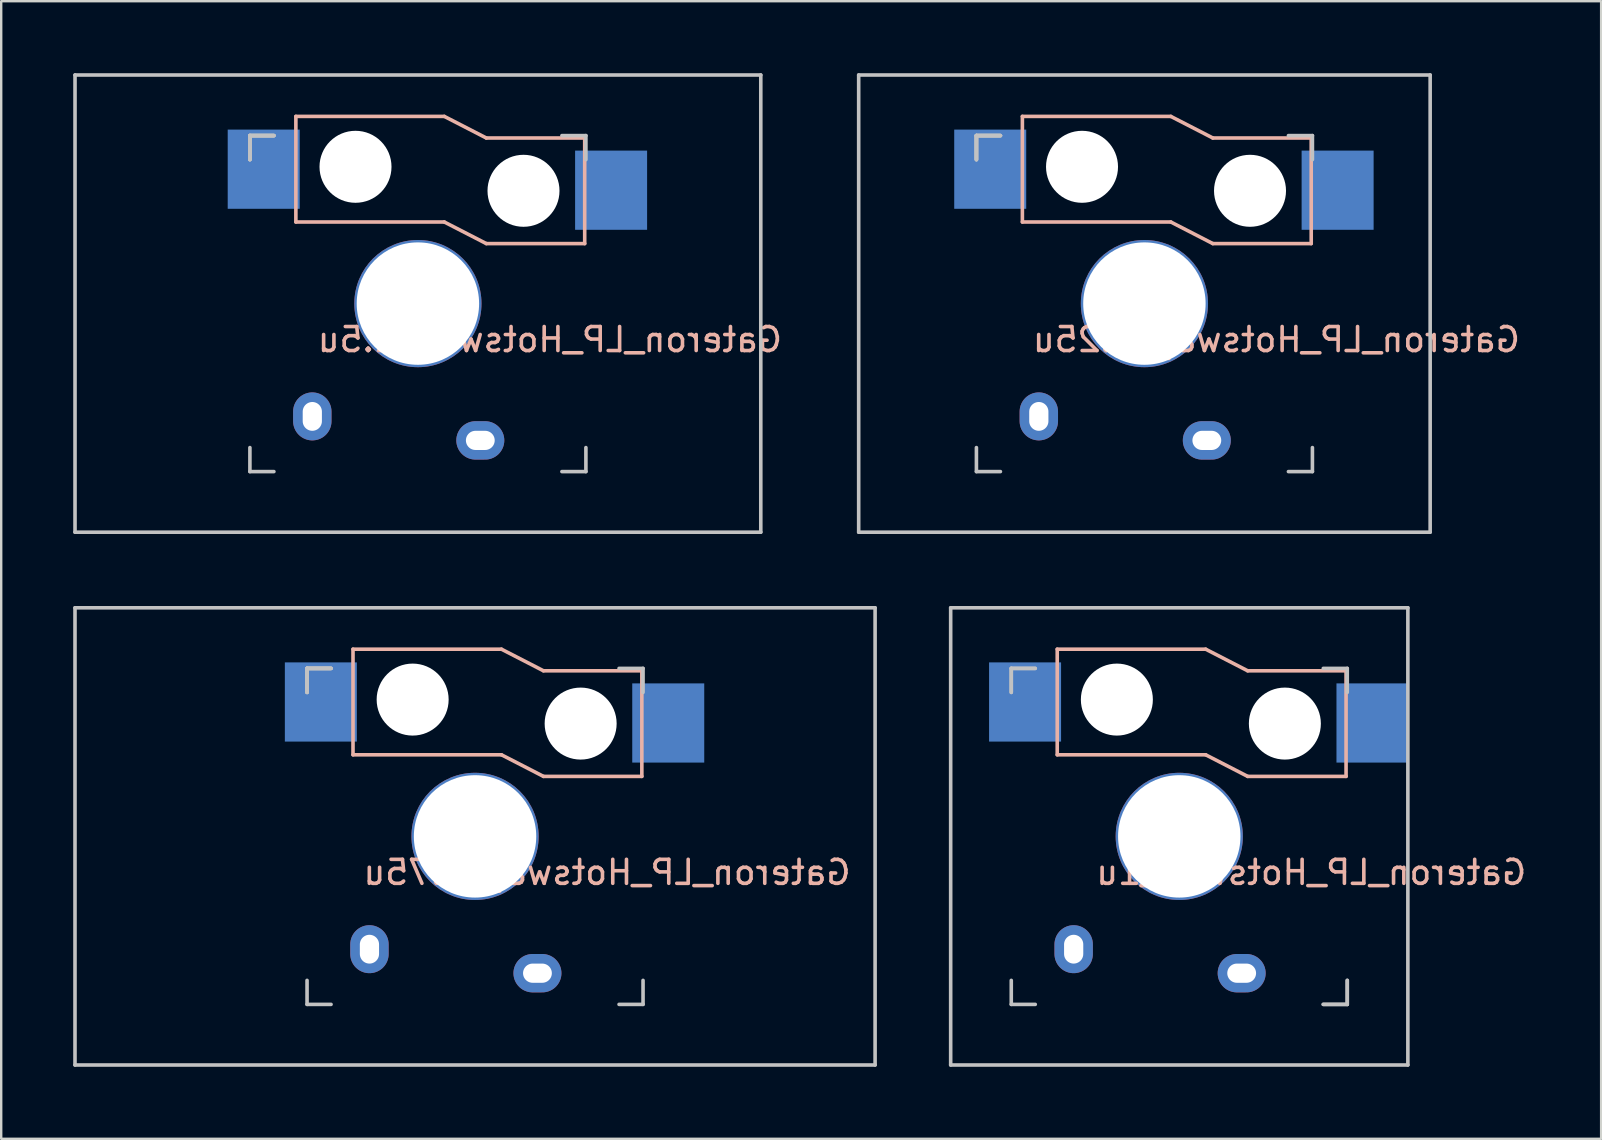
<source format=kicad_pcb>
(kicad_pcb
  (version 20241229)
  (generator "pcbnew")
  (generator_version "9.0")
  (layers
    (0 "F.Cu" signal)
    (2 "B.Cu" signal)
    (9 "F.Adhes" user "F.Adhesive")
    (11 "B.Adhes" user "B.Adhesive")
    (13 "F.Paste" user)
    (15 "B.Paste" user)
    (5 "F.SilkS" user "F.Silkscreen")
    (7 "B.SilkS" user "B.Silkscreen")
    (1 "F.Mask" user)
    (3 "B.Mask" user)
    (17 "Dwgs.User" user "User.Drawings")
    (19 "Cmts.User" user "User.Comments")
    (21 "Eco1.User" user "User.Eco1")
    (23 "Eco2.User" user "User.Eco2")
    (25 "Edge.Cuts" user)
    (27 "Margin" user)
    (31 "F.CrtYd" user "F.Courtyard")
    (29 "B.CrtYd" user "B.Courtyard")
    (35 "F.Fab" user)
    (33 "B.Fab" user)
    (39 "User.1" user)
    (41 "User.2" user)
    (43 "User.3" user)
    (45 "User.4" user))
  (footprint "Gateron_LP_Hotswap_1.5u"
    (layer "F.Cu")
    (at 14.363 9.6)
    (property "Reference" "Gateron_LP_Hotswap_1.5u" (at 5.5 1.5 0) (layer "B.SilkS") (effects (font (size 1 1) (thickness 0.15)) (justify mirror)))
    (attr through_hole)
    (fp_line (start -5.085 -7.8) (end -5.085 -3.4) (stroke (width 0.15) (type default)) (layer "B.SilkS"))
    (fp_line (start -5.085 -7.8) (end 1.1 -7.8) (stroke (width 0.15) (type default)) (layer "B.SilkS"))
    (fp_line (start -5.085 -3.4) (end 1.1 -3.4) (stroke (width 0.15) (type default)) (layer "B.SilkS"))
    (fp_line (start 2.85 -6.9) (end 1.1 -7.8) (stroke (width 0.15) (type default)) (layer "B.SilkS"))
    (fp_line (start 2.85 -6.9) (end 6.95 -6.9) (stroke (width 0.15) (type default)) (layer "B.SilkS"))
    (fp_line (start 2.85 -2.5) (end 1.1 -3.4) (stroke (width 0.15) (type default)) (layer "B.SilkS"))
    (fp_line (start 2.85 -2.5) (end 6.95 -2.5) (stroke (width 0.15) (type default)) (layer "B.SilkS"))
    (fp_line (start 6.95 -6.9) (end 6.95 -2.5) (stroke (width 0.15) (type default)) (layer "B.SilkS"))
    (fp_line (start -14.287 -9.525) (end 14.287 -9.525) (stroke (width 0.15) (type solid)) (layer "Dwgs.User"))
    (fp_line (start -14.287 9.525) (end -14.287 -9.525) (stroke (width 0.15) (type solid)) (layer "Dwgs.User"))
    (fp_line (start -7 -7) (end -7 -6) (stroke (width 0.15) (type solid)) (layer "Dwgs.User"))
    (fp_line (start -7 -7) (end -7 -6) (stroke (width 0.15) (type solid)) (layer "Dwgs.User"))
    (fp_line (start -7 -7) (end -7 -6) (stroke (width 0.15) (type solid)) (layer "Dwgs.User"))
    (fp_line (start -7 -7) (end -6 -7) (stroke (width 0.15) (type solid)) (layer "Dwgs.User"))
    (fp_line (start -7 -6) (end -7 -7) (stroke (width 0.15) (type solid)) (layer "Dwgs.User"))
    (fp_line (start -7 6) (end -7 7) (stroke (width 0.15) (type solid)) (layer "Dwgs.User"))
    (fp_line (start -7 7) (end -6 7) (stroke (width 0.15) (type solid)) (layer "Dwgs.User"))
    (fp_line (start -6 -7) (end -7 -7) (stroke (width 0.15) (type solid)) (layer "Dwgs.User"))
    (fp_line (start -6 -7) (end -7 -7) (stroke (width 0.15) (type solid)) (layer "Dwgs.User"))
    (fp_line (start -6 -7) (end -7 -7) (stroke (width 0.15) (type solid)) (layer "Dwgs.User"))
    (fp_line (start 7 -7) (end 6 -7) (stroke (width 0.15) (type solid)) (layer "Dwgs.User"))
    (fp_line (start 7 -6) (end 7 -7) (stroke (width 0.15) (type solid)) (layer "Dwgs.User"))
    (fp_line (start 7 6) (end 7 7) (stroke (width 0.15) (type solid)) (layer "Dwgs.User"))
    (fp_line (start 7 7) (end 6 7) (stroke (width 0.15) (type solid)) (layer "Dwgs.User"))
    (fp_line (start 14.287 -9.525) (end 14.287 9.525) (stroke (width 0.15) (type solid)) (layer "Dwgs.User"))
    (fp_line (start 14.287 9.525) (end -14.287 9.525) (stroke (width 0.15) (type solid)) (layer "Dwgs.User"))
    (pad "" np_thru_hole circle (at -2.6 -5.7) (size 3 3) (drill 3) (layers "*.Cu" "*.Mask"))
    (pad "" np_thru_hole circle (at 0 0 90) (size 5.3 5.3) (drill 5.1) (layers "*.Cu" "*.Mask"))
    (pad "" np_thru_hole circle (at 4.4 -4.7) (size 3 3) (drill 3) (layers "*.Cu" "*.Mask"))
    (pad "1" smd rect (at -6.425 -5.6 180) (size 3 3.3) (layers "B.Cu" "B.Mask" "B.Paste"))
    (pad "1" thru_hole oval (at 2.6 5.7) (size 2 1.6) (drill oval 1.2 0.8) (layers "*.Cu" "*.Mask"))
    (pad "2" thru_hole oval (at -4.4 4.7 90) (size 2 1.6) (drill oval 1.2 0.8) (layers "*.Cu" "*.Mask"))
    (pad "2" smd rect (at 8.05 -4.725 180) (size 3 3.3) (layers "B.Cu" "B.Mask" "B.Paste")))
  (footprint "Gateron_LP_Hotswap_1u"
    (layer "F.Cu")
    (at 46.087 31.8)
    (property "Reference" "Gateron_LP_Hotswap_1u" (at 5.5 1.5 0) (layer "B.SilkS") (effects (font (size 1 1) (thickness 0.15)) (justify mirror)))
    (attr through_hole)
    (fp_line (start -5.085 -7.8) (end -5.085 -3.4) (stroke (width 0.15) (type default)) (layer "B.SilkS"))
    (fp_line (start -5.085 -7.8) (end 1.1 -7.8) (stroke (width 0.15) (type default)) (layer "B.SilkS"))
    (fp_line (start -5.085 -3.4) (end 1.1 -3.4) (stroke (width 0.15) (type default)) (layer "B.SilkS"))
    (fp_line (start 2.85 -6.9) (end 1.1 -7.8) (stroke (width 0.15) (type default)) (layer "B.SilkS"))
    (fp_line (start 2.85 -6.9) (end 6.95 -6.9) (stroke (width 0.15) (type default)) (layer "B.SilkS"))
    (fp_line (start 2.85 -2.5) (end 1.1 -3.4) (stroke (width 0.15) (type default)) (layer "B.SilkS"))
    (fp_line (start 2.85 -2.5) (end 6.95 -2.5) (stroke (width 0.15) (type default)) (layer "B.SilkS"))
    (fp_line (start 6.95 -6.9) (end 6.95 -2.5) (stroke (width 0.15) (type default)) (layer "B.SilkS"))
    (fp_line (start -9.525 -9.525) (end 9.525 -9.525) (stroke (width 0.15) (type solid)) (layer "Dwgs.User"))
    (fp_line (start -9.525 9.525) (end -9.525 -9.525) (stroke (width 0.15) (type solid)) (layer "Dwgs.User"))
    (fp_line (start -7 -7) (end -7 -6) (stroke (width 0.15) (type solid)) (layer "Dwgs.User"))
    (fp_line (start -7 -7) (end -6 -7) (stroke (width 0.15) (type solid)) (layer "Dwgs.User"))
    (fp_line (start -7 -6) (end -7 -7) (stroke (width 0.15) (type solid)) (layer "Dwgs.User"))
    (fp_line (start -7 6) (end -7 7) (stroke (width 0.15) (type solid)) (layer "Dwgs.User"))
    (fp_line (start -7 7) (end -6 7) (stroke (width 0.15) (type solid)) (layer "Dwgs.User"))
    (fp_line (start -6 -7) (end -7 -7) (stroke (width 0.15) (type solid)) (layer "Dwgs.User"))
    (fp_line (start 6 7) (end 7 7) (stroke (width 0.15) (type solid)) (layer "Dwgs.User"))
    (fp_line (start 7 -7) (end 6 -7) (stroke (width 0.15) (type solid)) (layer "Dwgs.User"))
    (fp_line (start 7 -6) (end 7 -7) (stroke (width 0.15) (type solid)) (layer "Dwgs.User"))
    (fp_line (start 7 6) (end 7 7) (stroke (width 0.15) (type solid)) (layer "Dwgs.User"))
    (fp_line (start 7 7) (end 6 7) (stroke (width 0.15) (type solid)) (layer "Dwgs.User"))
    (fp_line (start 7 7) (end 7 6) (stroke (width 0.15) (type solid)) (layer "Dwgs.User"))
    (fp_line (start 9.525 -9.525) (end 9.525 9.525) (stroke (width 0.15) (type solid)) (layer "Dwgs.User"))
    (fp_line (start 9.525 9.525) (end -9.525 9.525) (stroke (width 0.15) (type solid)) (layer "Dwgs.User"))
    (pad "" np_thru_hole circle (at -2.6 -5.7) (size 3 3) (drill 3) (layers "*.Cu" "*.Mask"))
    (pad "" np_thru_hole circle (at 0 0 270) (size 5.3 5.3) (drill 5.1) (layers "*.Cu" "*.Mask"))
    (pad "" np_thru_hole circle (at 4.4 -4.7) (size 3 3) (drill 3) (layers "*.Cu" "*.Mask"))
    (pad "1" smd rect (at -6.425 -5.6 180) (size 3 3.3) (layers "B.Cu" "B.Mask" "B.Paste"))
    (pad "1" thru_hole oval (at 2.6 5.7) (size 2 1.6) (drill oval 1.2 0.8) (layers "*.Cu" "*.Mask"))
    (pad "2" thru_hole oval (at -4.4 4.7 90) (size 2 1.6) (drill oval 1.2 0.8) (layers "*.Cu" "*.Mask"))
    (pad "2" smd rect (at 8.05 -4.725 180) (size 3 3.3) (layers "B.Cu" "B.Mask" "B.Paste")))
  (footprint "Gateron_LP_Hotswap_1.25u"
    (layer "F.Cu")
    (at 44.635 9.6)
    (property "Reference" "Gateron_LP_Hotswap_1.25u" (at 5.5 1.5 0) (layer "B.SilkS") (effects (font (size 1 1) (thickness 0.15)) (justify mirror)))
    (attr through_hole)
    (fp_line (start -5.085 -7.8) (end -5.085 -3.4) (stroke (width 0.15) (type default)) (layer "B.SilkS"))
    (fp_line (start -5.085 -7.8) (end 1.1 -7.8) (stroke (width 0.15) (type default)) (layer "B.SilkS"))
    (fp_line (start -5.085 -3.4) (end 1.1 -3.4) (stroke (width 0.15) (type default)) (layer "B.SilkS"))
    (fp_line (start 2.85 -6.9) (end 1.1 -7.8) (stroke (width 0.15) (type default)) (layer "B.SilkS"))
    (fp_line (start 2.85 -6.9) (end 6.95 -6.9) (stroke (width 0.15) (type default)) (layer "B.SilkS"))
    (fp_line (start 2.85 -2.5) (end 1.1 -3.4) (stroke (width 0.15) (type default)) (layer "B.SilkS"))
    (fp_line (start 2.85 -2.5) (end 6.95 -2.5) (stroke (width 0.15) (type default)) (layer "B.SilkS"))
    (fp_line (start 6.95 -6.9) (end 6.95 -2.5) (stroke (width 0.15) (type default)) (layer "B.SilkS"))
    (fp_line (start -11.906 -9.525) (end 11.906 -9.525) (stroke (width 0.15) (type solid)) (layer "Dwgs.User"))
    (fp_line (start -11.906 9.525) (end -11.906 -9.525) (stroke (width 0.15) (type solid)) (layer "Dwgs.User"))
    (fp_line (start -7 -7) (end -7 -6) (stroke (width 0.15) (type solid)) (layer "Dwgs.User"))
    (fp_line (start -7 -7) (end -7 -6) (stroke (width 0.15) (type solid)) (layer "Dwgs.User"))
    (fp_line (start -7 -7) (end -7 -6) (stroke (width 0.15) (type solid)) (layer "Dwgs.User"))
    (fp_line (start -7 -7) (end -6 -7) (stroke (width 0.15) (type solid)) (layer "Dwgs.User"))
    (fp_line (start -7 -6) (end -7 -7) (stroke (width 0.15) (type solid)) (layer "Dwgs.User"))
    (fp_line (start -7 6) (end -7 7) (stroke (width 0.15) (type solid)) (layer "Dwgs.User"))
    (fp_line (start -7 7) (end -6 7) (stroke (width 0.15) (type solid)) (layer "Dwgs.User"))
    (fp_line (start -6 -7) (end -7 -7) (stroke (width 0.15) (type solid)) (layer "Dwgs.User"))
    (fp_line (start -6 -7) (end -7 -7) (stroke (width 0.15) (type solid)) (layer "Dwgs.User"))
    (fp_line (start -6 -7) (end -7 -7) (stroke (width 0.15) (type solid)) (layer "Dwgs.User"))
    (fp_line (start 7 -7) (end 6 -7) (stroke (width 0.15) (type solid)) (layer "Dwgs.User"))
    (fp_line (start 7 -6) (end 7 -7) (stroke (width 0.15) (type solid)) (layer "Dwgs.User"))
    (fp_line (start 7 6) (end 7 7) (stroke (width 0.15) (type solid)) (layer "Dwgs.User"))
    (fp_line (start 7 7) (end 6 7) (stroke (width 0.15) (type solid)) (layer "Dwgs.User"))
    (fp_line (start 11.906 -9.525) (end 11.906 9.525) (stroke (width 0.15) (type solid)) (layer "Dwgs.User"))
    (fp_line (start 11.906 9.525) (end -11.906 9.525) (stroke (width 0.15) (type solid)) (layer "Dwgs.User"))
    (pad "" np_thru_hole circle (at -2.6 -5.7) (size 3 3) (drill 3) (layers "*.Cu" "*.Mask"))
    (pad "" np_thru_hole circle (at 0 0 90) (size 5.3 5.3) (drill 5.1) (layers "*.Cu" "*.Mask"))
    (pad "" np_thru_hole circle (at 4.4 -4.7) (size 3 3) (drill 3) (layers "*.Cu" "*.Mask"))
    (pad "1" smd rect (at -6.425 -5.6 180) (size 3 3.3) (layers "B.Cu" "B.Mask" "B.Paste"))
    (pad "1" thru_hole oval (at 2.6 5.7) (size 2 1.6) (drill oval 1.2 0.8) (layers "*.Cu" "*.Mask"))
    (pad "2" thru_hole oval (at -4.4 4.7 90) (size 2 1.6) (drill oval 1.2 0.8) (layers "*.Cu" "*.Mask"))
    (pad "2" smd rect (at 8.05 -4.725 180) (size 3 3.3) (layers "B.Cu" "B.Mask" "B.Paste")))
  (footprint "Gateron_LP_Hotswap_1.75u"
    (layer "F.Cu")
    (at 16.744 31.8)
    (property "Reference" "Gateron_LP_Hotswap_1.75u" (at 5.5 1.5 0) (layer "B.SilkS") (effects (font (size 1 1) (thickness 0.15)) (justify mirror)))
    (attr through_hole)
    (fp_line (start -5.085 -7.8) (end -5.085 -3.4) (stroke (width 0.15) (type default)) (layer "B.SilkS"))
    (fp_line (start -5.085 -7.8) (end 1.1 -7.8) (stroke (width 0.15) (type default)) (layer "B.SilkS"))
    (fp_line (start -5.085 -3.4) (end 1.1 -3.4) (stroke (width 0.15) (type default)) (layer "B.SilkS"))
    (fp_line (start 2.85 -6.9) (end 1.1 -7.8) (stroke (width 0.15) (type default)) (layer "B.SilkS"))
    (fp_line (start 2.85 -6.9) (end 6.95 -6.9) (stroke (width 0.15) (type default)) (layer "B.SilkS"))
    (fp_line (start 2.85 -2.5) (end 1.1 -3.4) (stroke (width 0.15) (type default)) (layer "B.SilkS"))
    (fp_line (start 2.85 -2.5) (end 6.95 -2.5) (stroke (width 0.15) (type default)) (layer "B.SilkS"))
    (fp_line (start 6.95 -6.9) (end 6.95 -2.5) (stroke (width 0.15) (type default)) (layer "B.SilkS"))
    (fp_line (start -16.669 -9.525) (end 16.669 -9.525) (stroke (width 0.15) (type solid)) (layer "Dwgs.User"))
    (fp_line (start -16.669 9.525) (end -16.669 -9.525) (stroke (width 0.15) (type solid)) (layer "Dwgs.User"))
    (fp_line (start -7 -7) (end -7 -6) (stroke (width 0.15) (type solid)) (layer "Dwgs.User"))
    (fp_line (start -7 -7) (end -7 -6) (stroke (width 0.15) (type solid)) (layer "Dwgs.User"))
    (fp_line (start -7 -7) (end -7 -6) (stroke (width 0.15) (type solid)) (layer "Dwgs.User"))
    (fp_line (start -7 -7) (end -6 -7) (stroke (width 0.15) (type solid)) (layer "Dwgs.User"))
    (fp_line (start -7 -6) (end -7 -7) (stroke (width 0.15) (type solid)) (layer "Dwgs.User"))
    (fp_line (start -7 6) (end -7 7) (stroke (width 0.15) (type solid)) (layer "Dwgs.User"))
    (fp_line (start -7 7) (end -6 7) (stroke (width 0.15) (type solid)) (layer "Dwgs.User"))
    (fp_line (start -6 -7) (end -7 -7) (stroke (width 0.15) (type solid)) (layer "Dwgs.User"))
    (fp_line (start -6 -7) (end -7 -7) (stroke (width 0.15) (type solid)) (layer "Dwgs.User"))
    (fp_line (start -6 -7) (end -7 -7) (stroke (width 0.15) (type solid)) (layer "Dwgs.User"))
    (fp_line (start 7 -7) (end 6 -7) (stroke (width 0.15) (type solid)) (layer "Dwgs.User"))
    (fp_line (start 7 -6) (end 7 -7) (stroke (width 0.15) (type solid)) (layer "Dwgs.User"))
    (fp_line (start 7 6) (end 7 7) (stroke (width 0.15) (type solid)) (layer "Dwgs.User"))
    (fp_line (start 7 7) (end 6 7) (stroke (width 0.15) (type solid)) (layer "Dwgs.User"))
    (fp_line (start 16.669 -9.525) (end 16.669 9.525) (stroke (width 0.15) (type solid)) (layer "Dwgs.User"))
    (fp_line (start 16.669 9.525) (end -16.669 9.525) (stroke (width 0.15) (type solid)) (layer "Dwgs.User"))
    (pad "" np_thru_hole circle (at -2.6 -5.7) (size 3 3) (drill 3) (layers "*.Cu" "*.Mask"))
    (pad "" np_thru_hole circle (at 0 0 90) (size 5.3 5.3) (drill 5.1) (layers "*.Cu" "*.Mask"))
    (pad "" np_thru_hole circle (at 4.4 -4.7) (size 3 3) (drill 3) (layers "*.Cu" "*.Mask"))
    (pad "1" smd rect (at -6.425 -5.6 180) (size 3 3.3) (layers "B.Cu" "B.Mask" "B.Paste"))
    (pad "1" thru_hole oval (at 2.6 5.7) (size 2 1.6) (drill oval 1.2 0.8) (layers "*.Cu" "*.Mask"))
    (pad "2" thru_hole oval (at -4.4 4.7 90) (size 2 1.6) (drill oval 1.2 0.8) (layers "*.Cu" "*.Mask"))
    (pad "2" smd rect (at 8.05 -4.725 180) (size 3 3.3) (layers "B.Cu" "B.Mask" "B.Paste")))
  (gr_rect
    (start -3 -3)
    (end 63.665 44.4)
    (stroke (width 0.1) (type default))
    (fill no)
    (layer "Edge.Cuts")))
</source>
